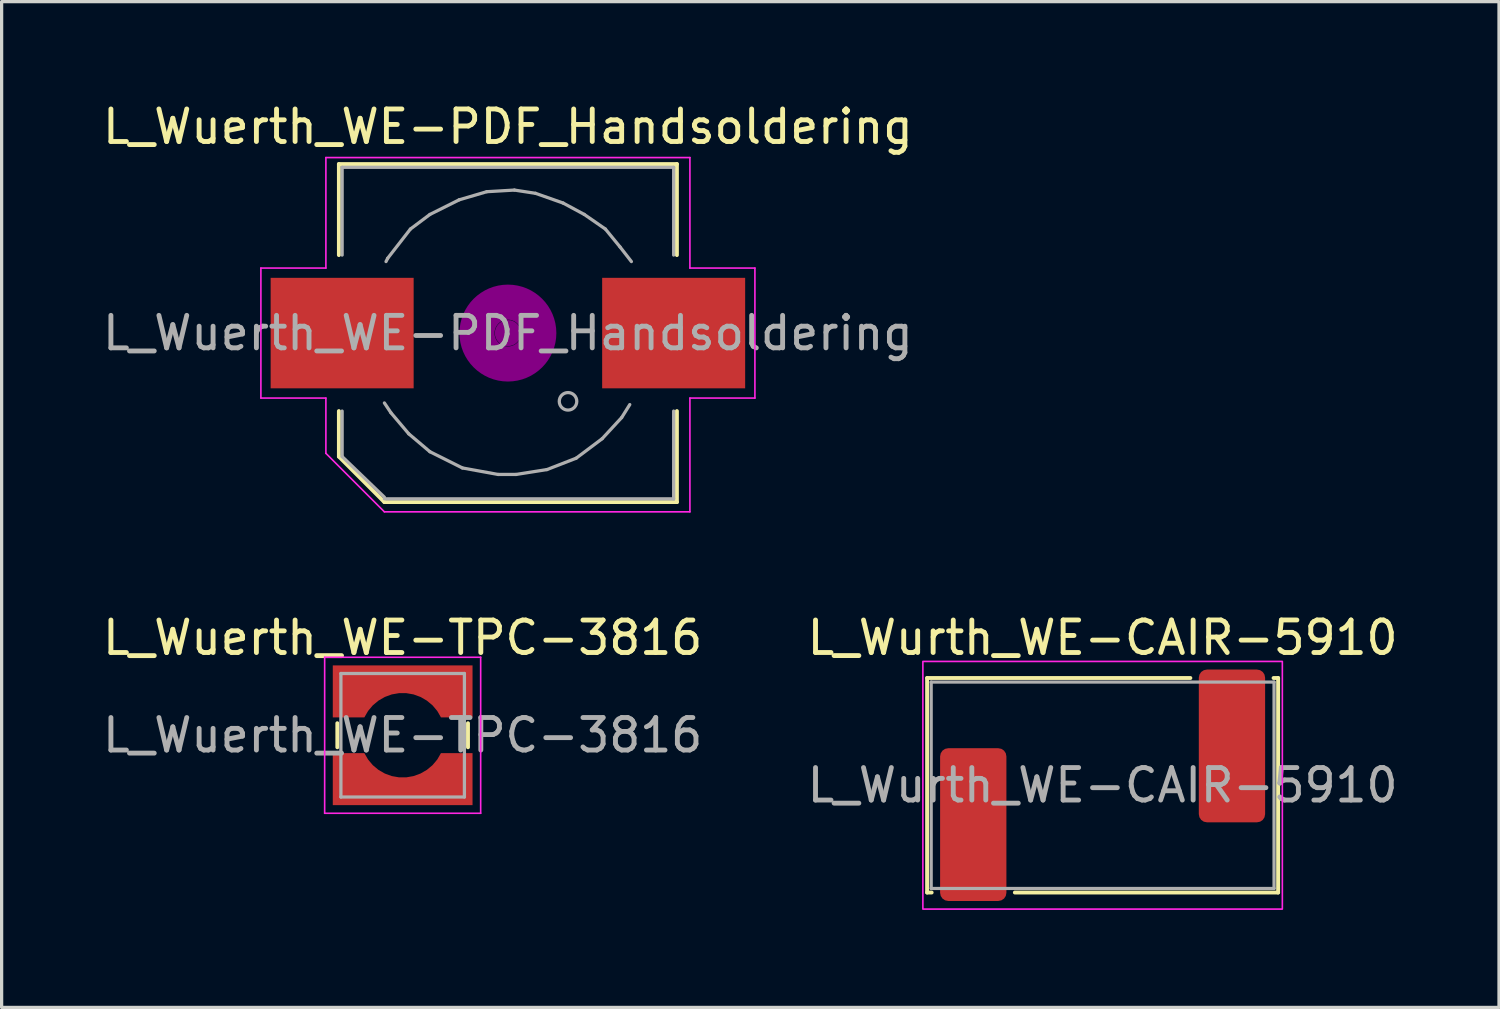
<source format=kicad_pcb>
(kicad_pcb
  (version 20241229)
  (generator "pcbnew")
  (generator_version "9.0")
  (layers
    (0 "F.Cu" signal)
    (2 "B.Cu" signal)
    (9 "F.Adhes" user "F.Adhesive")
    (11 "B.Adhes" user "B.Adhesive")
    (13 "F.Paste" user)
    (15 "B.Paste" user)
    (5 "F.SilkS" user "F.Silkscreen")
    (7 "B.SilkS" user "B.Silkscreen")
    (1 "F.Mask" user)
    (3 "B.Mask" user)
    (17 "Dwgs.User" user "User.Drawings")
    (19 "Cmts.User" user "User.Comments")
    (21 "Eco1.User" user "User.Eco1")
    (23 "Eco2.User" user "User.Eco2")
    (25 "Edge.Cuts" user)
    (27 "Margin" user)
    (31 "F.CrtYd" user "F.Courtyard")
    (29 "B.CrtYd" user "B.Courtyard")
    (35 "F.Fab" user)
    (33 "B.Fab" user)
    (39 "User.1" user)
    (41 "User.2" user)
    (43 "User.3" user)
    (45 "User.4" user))
  (footprint "L_Wurth_WE-CAIR-5910"
    (layer "F.Cu")
    (at 30.875 21.111)
    (property "Reference" "L_Wurth_WE-CAIR-5910" (at 0 -4.54 0) (unlocked yes) (layer "F.SilkS") (effects (font (size 1 1) (thickness 0.15))))
    (attr smd)
    (fp_line (start -5.4 -3.3) (end -5.4 3.3) (stroke (width 0.12) (type default)) (layer "F.SilkS"))
    (fp_line (start -5.4 3.3) (end -5.26 3.3) (stroke (width 0.12) (type default)) (layer "F.SilkS"))
    (fp_line (start -2.7 3.3) (end 5.4 3.3) (stroke (width 0.12) (type default)) (layer "F.SilkS"))
    (fp_line (start 2.7 -3.3) (end -5.4 -3.3) (stroke (width 0.12) (type default)) (layer "F.SilkS"))
    (fp_line (start 5.4 -3.3) (end 5.26 -3.3) (stroke (width 0.12) (type default)) (layer "F.SilkS"))
    (fp_line (start 5.4 3.3) (end 5.4 -3.3) (stroke (width 0.12) (type default)) (layer "F.SilkS"))
    (fp_rect (start 5.53 -3.81) (end -5.53 3.81) (stroke (width 0.05) (type default)) (fill no) (layer "F.CrtYd"))
    (fp_line (start -5.275 -3.175) (end -5.275 3.175) (stroke (width 0.1) (type default)) (layer "F.Fab"))
    (fp_line (start -5.275 3.175) (end 5.275 3.175) (stroke (width 0.1) (type default)) (layer "F.Fab"))
    (fp_line (start 5.275 -3.175) (end -5.275 -3.175) (stroke (width 0.1) (type default)) (layer "F.Fab"))
    (fp_line (start 5.275 3.175) (end 5.275 -3.175) (stroke (width 0.1) (type default)) (layer "F.Fab"))
    (fp_text user "${REFERENCE}" (at 0 0 0) (unlocked yes) (layer "F.Fab") (effects (font (size 1 1) (thickness 0.15))))
    (pad "1" smd roundrect (at -3.98 1.21 180) (size 2.04 4.7) (layers "F.Cu" "F.Mask" "F.Paste") (roundrect_rratio 0.123))
    (pad "2" smd roundrect (at 3.98 -1.21 180) (size 2.04 4.7) (layers "F.Cu" "F.Mask" "F.Paste") (roundrect_rratio 0.123)))
  (footprint "L_Wuerth_WE-PDF_Handsoldering"
    (layer "F.Cu")
    (at 12.577 7.198)
    (property "Reference" "L_Wuerth_WE-PDF_Handsoldering" (at 0 -6.35 0) (layer "F.SilkS") (effects (font (size 1 1) (thickness 0.15))))
    (attr smd)
    (fp_line (start -5.2 -5.2) (end 5.2 -5.2) (stroke (width 0.12) (type solid)) (layer "F.SilkS"))
    (fp_line (start -5.2 -2.4) (end -5.2 -5.2) (stroke (width 0.12) (type solid)) (layer "F.SilkS"))
    (fp_line (start -5.2 3.8) (end -5.2 2.4) (stroke (width 0.12) (type solid)) (layer "F.SilkS"))
    (fp_line (start -3.8 5.2) (end -5.2 3.8) (stroke (width 0.12) (type solid)) (layer "F.SilkS"))
    (fp_line (start 5.2 -5.2) (end 5.2 -2.4) (stroke (width 0.12) (type solid)) (layer "F.SilkS"))
    (fp_line (start 5.2 2.4) (end 5.2 5.2) (stroke (width 0.12) (type solid)) (layer "F.SilkS"))
    (fp_line (start 5.2 5.2) (end -3.8 5.2) (stroke (width 0.12) (type solid)) (layer "F.SilkS"))
    (fp_circle (center 0 0) (end 0.15 0.15) (stroke (width 0.38) (type solid)) (fill no) (layer "F.Adhes"))
    (fp_circle (center 0 0) (end 0.6 0.05) (stroke (width 0.38) (type solid)) (fill no) (layer "F.Adhes"))
    (fp_circle (center 0 0) (end 0.95 0) (stroke (width 0.38) (type solid)) (fill no) (layer "F.Adhes"))
    (fp_circle (center 0 0) (end 1.3 0.05) (stroke (width 0.38) (type solid)) (fill no) (layer "F.Adhes"))
    (fp_line (start -7.6 -2) (end -5.6 -2) (stroke (width 0.05) (type solid)) (layer "F.CrtYd"))
    (fp_line (start -7.6 2) (end -7.6 -2) (stroke (width 0.05) (type solid)) (layer "F.CrtYd"))
    (fp_line (start -5.6 -5.4) (end 5.6 -5.4) (stroke (width 0.05) (type solid)) (layer "F.CrtYd"))
    (fp_line (start -5.6 -2) (end -5.6 -5.4) (stroke (width 0.05) (type solid)) (layer "F.CrtYd"))
    (fp_line (start -5.6 2) (end -7.6 2) (stroke (width 0.05) (type solid)) (layer "F.CrtYd"))
    (fp_line (start -5.6 3.7) (end -5.6 2) (stroke (width 0.05) (type solid)) (layer "F.CrtYd"))
    (fp_line (start -3.8 5.5) (end -5.6 3.7) (stroke (width 0.05) (type solid)) (layer "F.CrtYd"))
    (fp_line (start 5.6 -5.4) (end 5.6 -2) (stroke (width 0.05) (type solid)) (layer "F.CrtYd"))
    (fp_line (start 5.6 -2) (end 7.6 -2) (stroke (width 0.05) (type solid)) (layer "F.CrtYd"))
    (fp_line (start 5.6 2) (end 5.6 5.5) (stroke (width 0.05) (type solid)) (layer "F.CrtYd"))
    (fp_line (start 5.6 5.5) (end -3.8 5.5) (stroke (width 0.05) (type solid)) (layer "F.CrtYd"))
    (fp_line (start 7.6 -2) (end 7.6 2) (stroke (width 0.05) (type solid)) (layer "F.CrtYd"))
    (fp_line (start 7.6 2) (end 5.6 2) (stroke (width 0.05) (type solid)) (layer "F.CrtYd"))
    (fp_line (start -5.1 -5.1) (end -5.1 -2.4) (stroke (width 0.1) (type solid)) (layer "F.Fab"))
    (fp_line (start -5.1 2.4) (end -5.1 3.8) (stroke (width 0.1) (type solid)) (layer "F.Fab"))
    (fp_line (start -5.1 3.8) (end -3.8 5.05) (stroke (width 0.1) (type solid)) (layer "F.Fab"))
    (fp_line (start -3.8 2.15) (end -3.6 2.45) (stroke (width 0.1) (type solid)) (layer "F.Fab"))
    (fp_line (start -3.7 -2.3) (end -3.75 -2.2) (stroke (width 0.1) (type solid)) (layer "F.Fab"))
    (fp_line (start -3.6 2.45) (end -3.05 3.1) (stroke (width 0.1) (type solid)) (layer "F.Fab"))
    (fp_line (start -3.05 3.1) (end -2.4 3.65) (stroke (width 0.1) (type solid)) (layer "F.Fab"))
    (fp_line (start -3 -3.2) (end -3.7 -2.3) (stroke (width 0.1) (type solid)) (layer "F.Fab"))
    (fp_line (start -2.4 -3.65) (end -3 -3.2) (stroke (width 0.1) (type solid)) (layer "F.Fab"))
    (fp_line (start -2.4 3.65) (end -1.4 4.15) (stroke (width 0.1) (type solid)) (layer "F.Fab"))
    (fp_line (start -1.5 -4.1) (end -2.4 -3.65) (stroke (width 0.1) (type solid)) (layer "F.Fab"))
    (fp_line (start -1.4 4.15) (end -0.3 4.35) (stroke (width 0.1) (type solid)) (layer "F.Fab"))
    (fp_line (start -0.65 -4.35) (end -1.5 -4.1) (stroke (width 0.1) (type solid)) (layer "F.Fab"))
    (fp_line (start -0.3 4.35) (end 0.25 4.35) (stroke (width 0.1) (type solid)) (layer "F.Fab"))
    (fp_line (start 0.2 -4.4) (end -0.65 -4.35) (stroke (width 0.1) (type solid)) (layer "F.Fab"))
    (fp_line (start 0.25 4.35) (end 1.2 4.2) (stroke (width 0.1) (type solid)) (layer "F.Fab"))
    (fp_line (start 0.85 -4.3) (end 0.2 -4.4) (stroke (width 0.1) (type solid)) (layer "F.Fab"))
    (fp_line (start 1.2 4.2) (end 2.1 3.85) (stroke (width 0.1) (type solid)) (layer "F.Fab"))
    (fp_line (start 1.7 -4) (end 0.85 -4.3) (stroke (width 0.1) (type solid)) (layer "F.Fab"))
    (fp_line (start 2.1 3.85) (end 2.9 3.25) (stroke (width 0.1) (type solid)) (layer "F.Fab"))
    (fp_line (start 2.35 -3.65) (end 1.7 -4) (stroke (width 0.1) (type solid)) (layer "F.Fab"))
    (fp_line (start 2.9 3.25) (end 3.5 2.6) (stroke (width 0.1) (type solid)) (layer "F.Fab"))
    (fp_line (start 3 -3.2) (end 2.35 -3.65) (stroke (width 0.1) (type solid)) (layer "F.Fab"))
    (fp_line (start 3.45 -2.65) (end 3 -3.2) (stroke (width 0.1) (type solid)) (layer "F.Fab"))
    (fp_line (start 3.5 2.6) (end 3.75 2.2) (stroke (width 0.1) (type solid)) (layer "F.Fab"))
    (fp_line (start 3.8 -2.2) (end 3.45 -2.65) (stroke (width 0.1) (type solid)) (layer "F.Fab"))
    (fp_line (start 5.1 -5.1) (end -5.1 -5.1) (stroke (width 0.1) (type solid)) (layer "F.Fab"))
    (fp_line (start 5.1 -5.1) (end 5.1 -2.4) (stroke (width 0.1) (type solid)) (layer "F.Fab"))
    (fp_line (start 5.1 5.1) (end -3.8 5.1) (stroke (width 0.1) (type solid)) (layer "F.Fab"))
    (fp_line (start 5.1 5.1) (end 5.1 2.4) (stroke (width 0.1) (type solid)) (layer "F.Fab"))
    (fp_circle (center 1.85 2.1) (end 2.1 2.2) (stroke (width 0.1) (type solid)) (fill no) (layer "F.Fab"))
    (fp_text user "${REFERENCE}" (at 0 0 0) (layer "F.Fab") (effects (font (size 1 1) (thickness 0.15))))
    (pad "1" smd rect (at -5.1 0) (size 4.4 3.4) (layers "F.Cu" "F.Mask" "F.Paste"))
    (pad "2" smd rect (at 5.1 0) (size 4.4 3.4) (layers "F.Cu" "F.Mask" "F.Paste")))
  (footprint "L_Wuerth_WE-TPC-3816"
    (layer "F.Cu")
    (at 9.339 19.572)
    (property "Reference" "L_Wuerth_WE-TPC-3816" (at 0 -3 0) (layer "F.SilkS") (effects (font (size 1 1) (thickness 0.15))))
    (attr smd)
    (fp_line (start -2.01 0.37) (end -2.01 -0.37) (stroke (width 0.12) (type solid)) (layer "F.SilkS"))
    (fp_line (start 2.01 -0.37) (end 2.01 0.37) (stroke (width 0.12) (type solid)) (layer "F.SilkS"))
    (fp_line (start -2.4 -2.4) (end 2.4 -2.4) (stroke (width 0.05) (type solid)) (layer "F.CrtYd"))
    (fp_line (start -2.4 2.4) (end -2.4 -2.4) (stroke (width 0.05) (type solid)) (layer "F.CrtYd"))
    (fp_line (start 2.4 -2.4) (end 2.4 2.4) (stroke (width 0.05) (type solid)) (layer "F.CrtYd"))
    (fp_line (start 2.4 2.4) (end -2.4 2.4) (stroke (width 0.05) (type solid)) (layer "F.CrtYd"))
    (fp_line (start -1.9 -1.9) (end 1.9 -1.9) (stroke (width 0.1) (type solid)) (layer "F.Fab"))
    (fp_line (start -1.9 1.9) (end -1.9 -1.9) (stroke (width 0.1) (type solid)) (layer "F.Fab"))
    (fp_line (start 1.9 -1.9) (end 1.9 1.9) (stroke (width 0.1) (type solid)) (layer "F.Fab"))
    (fp_line (start 1.9 1.9) (end -1.9 1.9) (stroke (width 0.1) (type solid)) (layer "F.Fab"))
    (fp_text user "${REFERENCE}" (at 0 0 0) (layer "F.Fab") (effects (font (size 1 1) (thickness 0.15))))
    (pad "1" smd custom (at 0 -1.75) (size 0.7 0.7) (layers "F.Cu" "F.Mask" "F.Paste") (options (anchor circle)) (primitives (gr_poly (pts (xy 2.15 1.2) (xy 1.178 1.2) (xy 1.065 1.004) (xy 0.919 0.83) (xy 0.745 0.685) (xy 0.549 0.572) (xy 0.336 0.494) (xy 0.113 0.455) (xy -0.113 0.455) (xy -0.336 0.494) (xy -0.549 0.572) (xy -0.745 0.685) (xy -0.919 0.83) (xy -1.065 1.004) (xy -1.178 1.2) (xy -2.15 1.2) (xy -2.15 -0.4) (xy 2.15 -0.4)) (width 0) (fill yes))))
    (pad "2" smd custom (at 0 1.75) (size 0.7 0.7) (layers "F.Cu" "F.Mask" "F.Paste") (options (anchor circle)) (primitives (gr_poly (pts (xy -1.065 -1.004) (xy -0.919 -0.83) (xy -0.745 -0.685) (xy -0.549 -0.572) (xy -0.336 -0.494) (xy -0.113 -0.455) (xy 0.113 -0.455) (xy 0.336 -0.494) (xy 0.549 -0.572) (xy 0.745 -0.685) (xy 0.919 -0.83) (xy 1.065 -1.004) (xy 1.178 -1.2) (xy 2.15 -1.2) (xy 2.15 0.4) (xy -2.15 0.4) (xy -2.15 -1.2) (xy -1.178 -1.2)) (width 0) (fill yes)))))
  (gr_rect
    (start -3 -3)
    (end 43.071 27.947)
    (stroke (width 0.1) (type default))
    (fill no)
    (layer "Edge.Cuts")))
</source>
